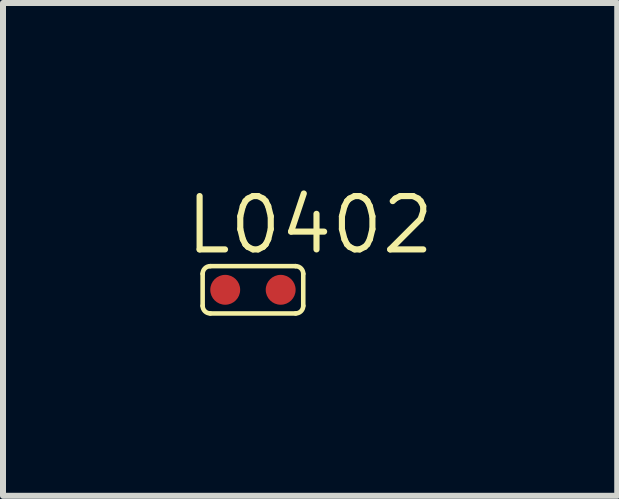
<source format=kicad_pcb>
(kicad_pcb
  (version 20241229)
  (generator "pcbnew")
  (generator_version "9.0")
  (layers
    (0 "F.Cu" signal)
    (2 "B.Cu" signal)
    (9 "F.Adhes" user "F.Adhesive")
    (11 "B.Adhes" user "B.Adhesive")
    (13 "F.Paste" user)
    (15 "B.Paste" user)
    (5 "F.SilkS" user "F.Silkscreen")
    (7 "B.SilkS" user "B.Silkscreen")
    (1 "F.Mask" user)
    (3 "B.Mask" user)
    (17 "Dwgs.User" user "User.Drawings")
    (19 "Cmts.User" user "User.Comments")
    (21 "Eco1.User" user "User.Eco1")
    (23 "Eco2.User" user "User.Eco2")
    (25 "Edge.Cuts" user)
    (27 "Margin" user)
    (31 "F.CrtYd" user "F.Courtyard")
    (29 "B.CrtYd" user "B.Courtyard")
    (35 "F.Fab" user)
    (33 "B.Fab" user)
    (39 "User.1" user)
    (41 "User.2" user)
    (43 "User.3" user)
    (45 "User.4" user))
  (footprint "L0402"
    (layer "F.Cu")
    (at 1.164 1.778)
    (property "Reference" "L0402" (at 0.953 -1.079 0) (layer "F.SilkS") (effects (font (size 0.889 0.889) (thickness 0.102))))
    (attr smd)
    (fp_line (start -0.838 0.267) (end -0.838 -0.267) (stroke (width 0.076) (type solid)) (layer "F.SilkS"))
    (fp_line (start -0.711 -0.394) (end 0.711 -0.394) (stroke (width 0.076) (type solid)) (layer "F.SilkS"))
    (fp_line (start 0.711 0.394) (end -0.711 0.394) (stroke (width 0.076) (type solid)) (layer "F.SilkS"))
    (fp_line (start 0.838 -0.267) (end 0.838 0.267) (stroke (width 0.076) (type solid)) (layer "F.SilkS"))
    (fp_arc (start -0.8382 -0.2667) (mid -0.801003 -0.356503) (end -0.7112 -0.3937) (stroke (width 0.0762) (type solid)) (layer "F.SilkS"))
    (fp_arc (start -0.7112 0.3937) (mid -0.801003 0.356503) (end -0.8382 0.2667) (stroke (width 0.0762) (type solid)) (layer "F.SilkS"))
    (fp_arc (start 0.7112 -0.3937) (mid 0.801003 -0.356503) (end 0.8382 -0.2667) (stroke (width 0.0762) (type solid)) (layer "F.SilkS"))
    (fp_arc (start 0.8382 0.2667) (mid 0.801003 0.356503) (end 0.7112 0.3937) (stroke (width 0.0762) (type solid)) (layer "F.SilkS"))
    (pad "1" smd circle (at -0.462 0) (size 0.498 0.498) (layers "F.Cu" "F.Mask" "F.Paste"))
    (pad "2" smd circle (at 0.462 0) (size 0.498 0.498) (layers "F.Cu" "F.Mask" "F.Paste")))
  (gr_rect
    (start -3 -3)
    (end 7.233 5.21)
    (stroke (width 0.1) (type default))
    (fill no)
    (layer "Edge.Cuts")))
</source>
